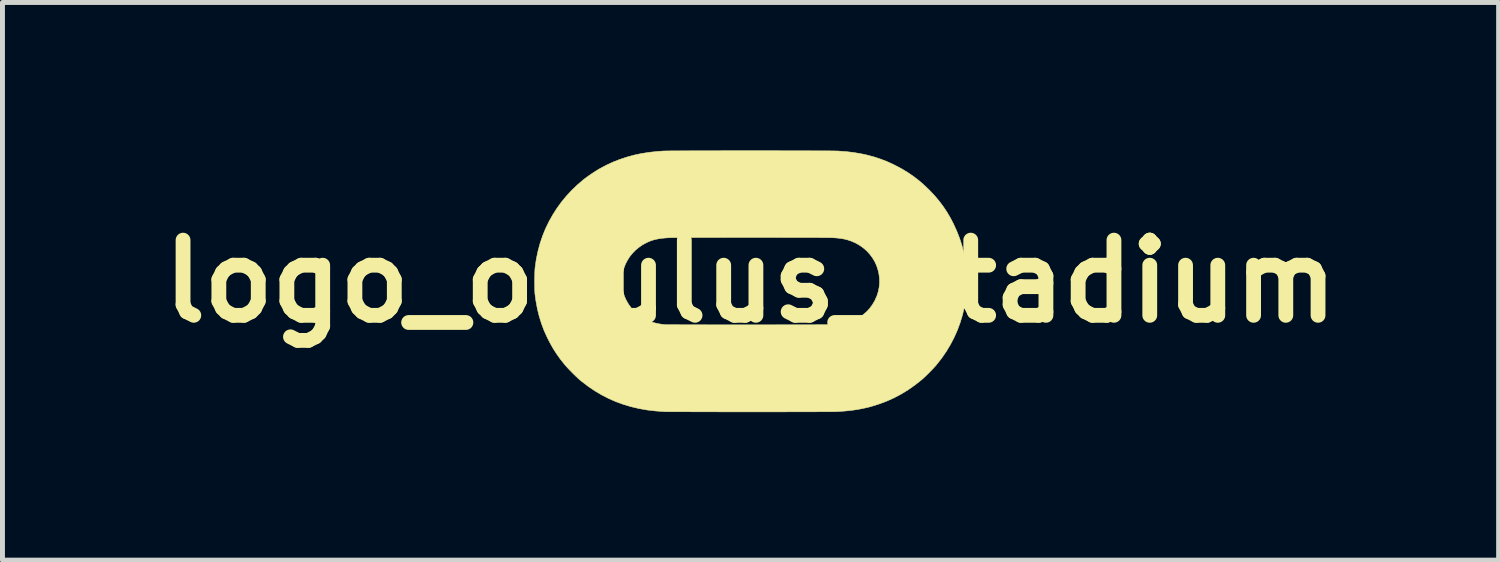
<source format=kicad_pcb>
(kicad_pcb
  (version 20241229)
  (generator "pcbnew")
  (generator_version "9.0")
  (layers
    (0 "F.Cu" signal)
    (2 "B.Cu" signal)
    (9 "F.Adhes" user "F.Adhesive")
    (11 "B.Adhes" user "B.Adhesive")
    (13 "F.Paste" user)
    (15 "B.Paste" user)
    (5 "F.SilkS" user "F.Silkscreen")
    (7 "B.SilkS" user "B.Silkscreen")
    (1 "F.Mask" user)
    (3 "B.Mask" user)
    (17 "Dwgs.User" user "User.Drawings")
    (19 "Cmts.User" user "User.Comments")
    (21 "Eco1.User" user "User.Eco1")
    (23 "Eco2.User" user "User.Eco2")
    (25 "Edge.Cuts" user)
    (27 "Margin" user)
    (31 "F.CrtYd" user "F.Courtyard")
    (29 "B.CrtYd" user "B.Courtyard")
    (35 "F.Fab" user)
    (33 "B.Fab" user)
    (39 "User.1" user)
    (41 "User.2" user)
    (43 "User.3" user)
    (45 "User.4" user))
  (footprint "logo_oculus_stadium"
    (layer "F.Cu")
    (at 12.163 2.652)
    (property "Reference" "logo_oculus_stadium" (at 0 0 0) (layer "F.SilkS") (effects (font (size 1.524 1.524) (thickness 0.3))))
    (attr through_hole)
    (fp_poly (pts (xy 0.169 -2.647) (xy 0.287 -2.647) (xy 0.403 -2.647) (xy 0.518 -2.647) (xy 0.631 -2.646) (xy 0.741 -2.646) (xy 0.849 -2.646) (xy 0.952 -2.646) (xy 1.052 -2.646) (xy 1.147 -2.646) (xy 1.238 -2.645) (xy 1.323 -2.645) (xy 1.402 -2.645) (xy 1.475 -2.644) (xy 1.541 -2.644) (xy 1.6 -2.644) (xy 1.651 -2.643) (xy 1.694 -2.643) (xy 1.728 -2.642) (xy 1.754 -2.642) (xy 1.769 -2.642) (xy 1.77 -2.641) (xy 1.93 -2.63) (xy 2.082 -2.612) (xy 2.228 -2.588) (xy 2.368 -2.558) (xy 2.505 -2.521) (xy 2.638 -2.477) (xy 2.769 -2.426) (xy 2.899 -2.367) (xy 2.918 -2.357) (xy 3.054 -2.286) (xy 3.183 -2.209) (xy 3.305 -2.125) (xy 3.423 -2.034) (xy 3.536 -1.934) (xy 3.635 -1.838) (xy 3.734 -1.733) (xy 3.823 -1.626) (xy 3.906 -1.516) (xy 3.982 -1.402) (xy 4.053 -1.281) (xy 4.115 -1.161) (xy 4.182 -1.013) (xy 4.24 -0.865) (xy 4.288 -0.714) (xy 4.326 -0.561) (xy 4.355 -0.404) (xy 4.375 -0.243) (xy 4.379 -0.198) (xy 4.381 -0.165) (xy 4.382 -0.123) (xy 4.383 -0.076) (xy 4.384 -0.026) (xy 4.384 0.025) (xy 4.383 0.075) (xy 4.382 0.122) (xy 4.381 0.163) (xy 4.379 0.196) (xy 4.361 0.361) (xy 4.333 0.523) (xy 4.296 0.682) (xy 4.249 0.837) (xy 4.193 0.989) (xy 4.127 1.137) (xy 4.052 1.281) (xy 3.968 1.421) (xy 3.875 1.557) (xy 3.772 1.688) (xy 3.769 1.692) (xy 3.742 1.723) (xy 3.709 1.759) (xy 3.672 1.798) (xy 3.632 1.839) (xy 3.591 1.88) (xy 3.55 1.92) (xy 3.512 1.956) (xy 3.477 1.987) (xy 3.455 2.006) (xy 3.323 2.109) (xy 3.189 2.203) (xy 3.051 2.287) (xy 2.909 2.362) (xy 2.762 2.428) (xy 2.611 2.485) (xy 2.455 2.534) (xy 2.393 2.551) (xy 2.283 2.576) (xy 2.17 2.598) (xy 2.053 2.615) (xy 1.931 2.628) (xy 1.801 2.638) (xy 1.737 2.641) (xy 1.723 2.642) (xy 1.699 2.642) (xy 1.666 2.643) (xy 1.624 2.643) (xy 1.574 2.643) (xy 1.516 2.644) (xy 1.451 2.644) (xy 1.379 2.644) (xy 1.301 2.645) (xy 1.217 2.645) (xy 1.127 2.645) (xy 1.032 2.645) (xy 0.933 2.645) (xy 0.83 2.645) (xy 0.724 2.646) (xy 0.614 2.646) (xy 0.502 2.646) (xy 0.388 2.646) (xy 0.272 2.646) (xy 0.155 2.646) (xy 0.038 2.646) (xy -0.08 2.646) (xy -0.197 2.646) (xy -0.314 2.646) (xy -0.429 2.646) (xy -0.543 2.646) (xy -0.655 2.646) (xy -0.764 2.645) (xy -0.869 2.645) (xy -0.971 2.645) (xy -1.069 2.645) (xy -1.163 2.645) (xy -1.251 2.644) (xy -1.334 2.644) (xy -1.411 2.644) (xy -1.481 2.644) (xy -1.544 2.643) (xy -1.6 2.643) (xy -1.648 2.643) (xy -1.688 2.642) (xy -1.719 2.642) (xy -1.74 2.641) (xy -1.75 2.641) (xy -1.927 2.628) (xy -2.098 2.608) (xy -2.263 2.579) (xy -2.423 2.541) (xy -2.577 2.495) (xy -2.727 2.441) (xy -2.873 2.377) (xy -3.014 2.305) (xy -3.151 2.224) (xy -3.285 2.134) (xy -3.415 2.035) (xy -3.449 2.007) (xy -3.478 1.983) (xy -3.511 1.952) (xy -3.549 1.916) (xy -3.588 1.878) (xy -3.628 1.838) (xy -3.666 1.799) (xy -3.702 1.761) (xy -3.734 1.726) (xy -3.76 1.696) (xy -3.764 1.692) (xy -3.852 1.582) (xy -3.931 1.471) (xy -4.003 1.359) (xy -4.069 1.241) (xy -4.12 1.141) (xy -4.184 1) (xy -4.238 0.856) (xy -4.284 0.709) (xy -4.321 0.558) (xy -4.35 0.402) (xy -4.37 0.257) (xy -4.372 0.228) (xy -4.374 0.191) (xy -4.375 0.147) (xy -4.376 0.097) (xy -4.377 0.045) (xy -4.377 -0.009) (xy -4.377 -0.023) (xy -2.61 -0.023) (xy -2.609 0.06) (xy -2.599 0.144) (xy -2.58 0.226) (xy -2.554 0.307) (xy -2.518 0.386) (xy -2.474 0.463) (xy -2.421 0.536) (xy -2.36 0.605) (xy -2.349 0.615) (xy -2.28 0.676) (xy -2.207 0.729) (xy -2.129 0.774) (xy -2.046 0.81) (xy -1.958 0.839) (xy -1.862 0.861) (xy -1.761 0.876) (xy -1.73 0.878) (xy -1.721 0.879) (xy -1.702 0.879) (xy -1.674 0.879) (xy -1.637 0.88) (xy -1.591 0.88) (xy -1.537 0.88) (xy -1.475 0.88) (xy -1.406 0.881) (xy -1.33 0.881) (xy -1.247 0.881) (xy -1.157 0.881) (xy -1.062 0.881) (xy -0.961 0.881) (xy -0.855 0.882) (xy -0.744 0.882) (xy -0.629 0.882) (xy -0.51 0.882) (xy -0.387 0.882) (xy -0.261 0.882) (xy -0.133 0.882) (xy -0.001 0.882) (xy 0.033 0.882) (xy 0.19 0.882) (xy 0.338 0.882) (xy 0.476 0.882) (xy 0.605 0.881) (xy 0.724 0.881) (xy 0.836 0.881) (xy 0.939 0.881) (xy 1.034 0.881) (xy 1.122 0.881) (xy 1.203 0.881) (xy 1.277 0.881) (xy 1.344 0.88) (xy 1.405 0.88) (xy 1.46 0.88) (xy 1.509 0.88) (xy 1.553 0.879) (xy 1.593 0.879) (xy 1.627 0.879) (xy 1.658 0.878) (xy 1.684 0.878) (xy 1.707 0.878) (xy 1.727 0.877) (xy 1.743 0.877) (xy 1.757 0.876) (xy 1.769 0.875) (xy 1.779 0.875) (xy 1.787 0.874) (xy 1.794 0.873) (xy 1.8 0.873) (xy 1.801 0.872) (xy 1.867 0.861) (xy 1.925 0.849) (xy 1.977 0.835) (xy 2.026 0.818) (xy 2.075 0.799) (xy 2.116 0.78) (xy 2.201 0.733) (xy 2.279 0.679) (xy 2.35 0.619) (xy 2.412 0.552) (xy 2.467 0.478) (xy 2.515 0.398) (xy 2.522 0.384) (xy 2.561 0.296) (xy 2.589 0.207) (xy 2.607 0.118) (xy 2.615 0.028) (xy 2.613 -0.063) (xy 2.601 -0.155) (xy 2.583 -0.231) (xy 2.555 -0.317) (xy 2.517 -0.4) (xy 2.471 -0.477) (xy 2.417 -0.549) (xy 2.356 -0.615) (xy 2.288 -0.675) (xy 2.214 -0.728) (xy 2.134 -0.774) (xy 2.049 -0.812) (xy 1.959 -0.842) (xy 1.935 -0.848) (xy 1.891 -0.858) (xy 1.846 -0.866) (xy 1.8 -0.872) (xy 1.749 -0.878) (xy 1.692 -0.882) (xy 1.646 -0.884) (xy 1.631 -0.884) (xy 1.605 -0.885) (xy 1.571 -0.885) (xy 1.528 -0.886) (xy 1.477 -0.886) (xy 1.418 -0.886) (xy 1.352 -0.887) (xy 1.279 -0.887) (xy 1.2 -0.887) (xy 1.115 -0.888) (xy 1.025 -0.888) (xy 0.931 -0.888) (xy 0.832 -0.888) (xy 0.73 -0.888) (xy 0.624 -0.888) (xy 0.515 -0.889) (xy 0.405 -0.889) (xy 0.292 -0.889) (xy 0.179 -0.889) (xy 0.064 -0.889) (xy -0.051 -0.889) (xy -0.165 -0.889) (xy -0.279 -0.889) (xy -0.391 -0.889) (xy -0.502 -0.889) (xy -0.611 -0.888) (xy -0.717 -0.888) (xy -0.819 -0.888) (xy -0.918 -0.888) (xy -1.013 -0.888) (xy -1.104 -0.888) (xy -1.189 -0.887) (xy -1.268 -0.887) (xy -1.341 -0.887) (xy -1.408 -0.886) (xy -1.467 -0.886) (xy -1.519 -0.886) (xy -1.563 -0.885) (xy -1.598 -0.885) (xy -1.624 -0.884) (xy -1.64 -0.884) (xy -1.641 -0.884) (xy -1.723 -0.879) (xy -1.796 -0.872) (xy -1.862 -0.862) (xy -1.922 -0.85) (xy -1.979 -0.835) (xy -2.034 -0.816) (xy -2.087 -0.793) (xy -2.111 -0.782) (xy -2.193 -0.737) (xy -2.269 -0.684) (xy -2.337 -0.627) (xy -2.398 -0.563) (xy -2.452 -0.495) (xy -2.497 -0.423) (xy -2.536 -0.348) (xy -2.566 -0.269) (xy -2.589 -0.189) (xy -2.604 -0.107) (xy -2.61 -0.023) (xy -4.377 -0.023) (xy -4.376 -0.064) (xy -4.375 -0.117) (xy -4.374 -0.166) (xy -4.372 -0.211) (xy -4.37 -0.249) (xy -4.367 -0.279) (xy -4.367 -0.282) (xy -4.343 -0.449) (xy -4.309 -0.611) (xy -4.267 -0.768) (xy -4.215 -0.921) (xy -4.155 -1.069) (xy -4.085 -1.213) (xy -4.006 -1.353) (xy -3.931 -1.471) (xy -3.837 -1.602) (xy -3.735 -1.726) (xy -3.626 -1.844) (xy -3.509 -1.956) (xy -3.383 -2.063) (xy -3.359 -2.082) (xy -3.327 -2.105) (xy -3.29 -2.132) (xy -3.247 -2.162) (xy -3.203 -2.192) (xy -3.158 -2.221) (xy -3.116 -2.248) (xy -3.078 -2.271) (xy -3.056 -2.284) (xy -2.922 -2.355) (xy -2.786 -2.418) (xy -2.647 -2.472) (xy -2.505 -2.519) (xy -2.359 -2.559) (xy -2.207 -2.591) (xy -2.051 -2.615) (xy -1.888 -2.633) (xy -1.768 -2.641) (xy -1.754 -2.642) (xy -1.73 -2.642) (xy -1.698 -2.643) (xy -1.656 -2.643) (xy -1.606 -2.644) (xy -1.549 -2.644) (xy -1.484 -2.644) (xy -1.412 -2.645) (xy -1.334 -2.645) (xy -1.249 -2.645) (xy -1.16 -2.646) (xy -1.065 -2.646) (xy -0.966 -2.646) (xy -0.863 -2.646) (xy -0.756 -2.646) (xy -0.647 -2.646) (xy -0.534 -2.647) (xy -0.42 -2.647) (xy -0.303 -2.647) (xy -0.186 -2.647) (xy -0.068 -2.647) (xy 0.051 -2.647) (xy 0.169 -2.647)) (stroke (width 0.01) (type solid)) (fill yes) (layer "F.SilkS")))
  (gr_rect
    (start -3 -3)
    (end 27.326 8.303)
    (stroke (width 0.1) (type default))
    (fill no)
    (layer "Edge.Cuts")))
</source>
